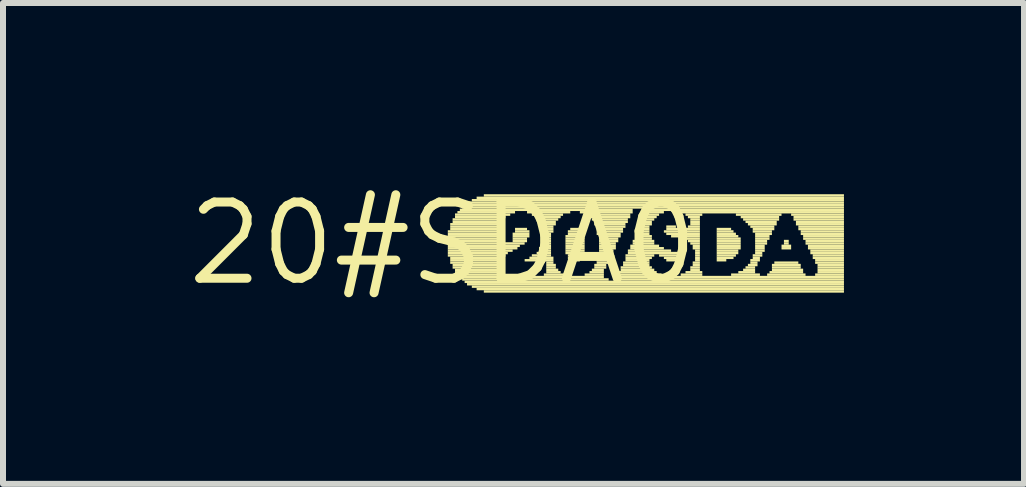
<source format=kicad_pcb>
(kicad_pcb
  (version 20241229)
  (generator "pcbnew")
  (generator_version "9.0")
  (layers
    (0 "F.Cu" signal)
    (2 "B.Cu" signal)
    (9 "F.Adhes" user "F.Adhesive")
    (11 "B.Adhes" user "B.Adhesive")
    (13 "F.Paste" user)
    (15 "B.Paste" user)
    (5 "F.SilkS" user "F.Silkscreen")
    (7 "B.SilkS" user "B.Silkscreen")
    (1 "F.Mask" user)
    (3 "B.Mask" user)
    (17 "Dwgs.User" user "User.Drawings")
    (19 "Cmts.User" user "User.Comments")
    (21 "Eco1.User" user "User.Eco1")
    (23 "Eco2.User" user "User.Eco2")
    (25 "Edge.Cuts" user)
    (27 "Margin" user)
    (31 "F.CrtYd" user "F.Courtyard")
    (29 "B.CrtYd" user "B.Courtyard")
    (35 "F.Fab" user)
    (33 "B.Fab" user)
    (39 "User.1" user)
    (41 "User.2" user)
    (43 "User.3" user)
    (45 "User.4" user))
  (footprint "20#SDA0"
    (layer "F.Cu")
    (at 4.331 1.006)
    (property "Reference" "20#SDA0" (at 0 0 0) (layer "F.SilkS") (effects (font (size 1.27 1.27) (thickness 0.15))))
    (fp_poly (pts (xy 0.08 -0.18) (xy 0.92 -0.18) (xy 0.92 -0.22) (xy 0.08 -0.22)) (stroke (width 0) (type default)) (fill yes) (layer "F.SilkS"))
    (fp_poly (pts (xy 0.08 -0.14) (xy 0.92 -0.14) (xy 0.92 -0.18) (xy 0.08 -0.18)) (stroke (width 0) (type default)) (fill yes) (layer "F.SilkS"))
    (fp_poly (pts (xy 0.08 -0.1) (xy 0.92 -0.1) (xy 0.92 -0.14) (xy 0.08 -0.14)) (stroke (width 0) (type default)) (fill yes) (layer "F.SilkS"))
    (fp_poly (pts (xy 0.08 -0.06) (xy 0.92 -0.06) (xy 0.92 -0.1) (xy 0.08 -0.1)) (stroke (width 0) (type default)) (fill yes) (layer "F.SilkS"))
    (fp_poly (pts (xy 0.08 -0.02) (xy 0.96 -0.02) (xy 0.96 -0.06) (xy 0.08 -0.06)) (stroke (width 0) (type default)) (fill yes) (layer "F.SilkS"))
    (fp_poly (pts (xy 0.08 0.02) (xy 1.36 0.02) (xy 1.36 -0.02) (xy 0.08 -0.02)) (stroke (width 0) (type default)) (fill yes) (layer "F.SilkS"))
    (fp_poly (pts (xy 0.08 0.06) (xy 1.28 0.06) (xy 1.28 0.02) (xy 0.08 0.02)) (stroke (width 0) (type default)) (fill yes) (layer "F.SilkS"))
    (fp_poly (pts (xy 0.08 0.1) (xy 1.24 0.1) (xy 1.24 0.06) (xy 0.08 0.06)) (stroke (width 0) (type default)) (fill yes) (layer "F.SilkS"))
    (fp_poly (pts (xy 0.08 0.14) (xy 1.16 0.14) (xy 1.16 0.1) (xy 0.08 0.1)) (stroke (width 0) (type default)) (fill yes) (layer "F.SilkS"))
    (fp_poly (pts (xy 0.08 0.18) (xy 1.08 0.18) (xy 1.08 0.14) (xy 0.08 0.14)) (stroke (width 0) (type default)) (fill yes) (layer "F.SilkS"))
    (fp_poly (pts (xy 0.08 0.22) (xy 1.04 0.22) (xy 1.04 0.18) (xy 0.08 0.18)) (stroke (width 0) (type default)) (fill yes) (layer "F.SilkS"))
    (fp_poly (pts (xy 0.12 -0.3) (xy 0.96 -0.3) (xy 0.96 -0.34) (xy 0.12 -0.34)) (stroke (width 0) (type default)) (fill yes) (layer "F.SilkS"))
    (fp_poly (pts (xy 0.12 -0.26) (xy 0.96 -0.26) (xy 0.96 -0.3) (xy 0.12 -0.3)) (stroke (width 0) (type default)) (fill yes) (layer "F.SilkS"))
    (fp_poly (pts (xy 0.12 -0.22) (xy 0.92 -0.22) (xy 0.92 -0.26) (xy 0.12 -0.26)) (stroke (width 0) (type default)) (fill yes) (layer "F.SilkS"))
    (fp_poly (pts (xy 0.12 0.26) (xy 1 0.26) (xy 1 0.22) (xy 0.12 0.22)) (stroke (width 0) (type default)) (fill yes) (layer "F.SilkS"))
    (fp_poly (pts (xy 0.12 0.3) (xy 0.96 0.3) (xy 0.96 0.26) (xy 0.12 0.26)) (stroke (width 0) (type default)) (fill yes) (layer "F.SilkS"))
    (fp_poly (pts (xy 0.12 0.34) (xy 0.96 0.34) (xy 0.96 0.3) (xy 0.12 0.3)) (stroke (width 0) (type default)) (fill yes) (layer "F.SilkS"))
    (fp_poly (pts (xy 0.16 -0.38) (xy 1 -0.38) (xy 1 -0.42) (xy 0.16 -0.42)) (stroke (width 0) (type default)) (fill yes) (layer "F.SilkS"))
    (fp_poly (pts (xy 0.16 -0.34) (xy 1 -0.34) (xy 1 -0.38) (xy 0.16 -0.38)) (stroke (width 0) (type default)) (fill yes) (layer "F.SilkS"))
    (fp_poly (pts (xy 0.16 0.38) (xy 0.92 0.38) (xy 0.92 0.34) (xy 0.16 0.34)) (stroke (width 0) (type default)) (fill yes) (layer "F.SilkS"))
    (fp_poly (pts (xy 0.16 0.42) (xy 0.92 0.42) (xy 0.92 0.38) (xy 0.16 0.38)) (stroke (width 0) (type default)) (fill yes) (layer "F.SilkS"))
    (fp_poly (pts (xy 0.2 -0.46) (xy 1.12 -0.46) (xy 1.12 -0.5) (xy 0.2 -0.5)) (stroke (width 0) (type default)) (fill yes) (layer "F.SilkS"))
    (fp_poly (pts (xy 0.2 -0.42) (xy 1.04 -0.42) (xy 1.04 -0.46) (xy 0.2 -0.46)) (stroke (width 0) (type default)) (fill yes) (layer "F.SilkS"))
    (fp_poly (pts (xy 0.2 0.46) (xy 0.92 0.46) (xy 0.92 0.42) (xy 0.2 0.42)) (stroke (width 0) (type default)) (fill yes) (layer "F.SilkS"))
    (fp_poly (pts (xy 0.2 0.5) (xy 0.92 0.5) (xy 0.92 0.46) (xy 0.2 0.46)) (stroke (width 0) (type default)) (fill yes) (layer "F.SilkS"))
    (fp_poly (pts (xy 0.24 -0.5) (xy 1.2 -0.5) (xy 1.2 -0.54) (xy 0.24 -0.54)) (stroke (width 0) (type default)) (fill yes) (layer "F.SilkS"))
    (fp_poly (pts (xy 0.24 0.54) (xy 0.96 0.54) (xy 0.96 0.5) (xy 0.24 0.5)) (stroke (width 0) (type default)) (fill yes) (layer "F.SilkS"))
    (fp_poly (pts (xy 0.28 -0.54) (xy 3.16 -0.54) (xy 3.16 -0.58) (xy 0.28 -0.58)) (stroke (width 0) (type default)) (fill yes) (layer "F.SilkS"))
    (fp_poly (pts (xy 0.28 0.58) (xy 2.68 0.58) (xy 2.68 0.54) (xy 0.28 0.54)) (stroke (width 0) (type default)) (fill yes) (layer "F.SilkS"))
    (fp_poly (pts (xy 0.32 -0.58) (xy 6.68 -0.58) (xy 6.68 -0.62) (xy 0.32 -0.62)) (stroke (width 0) (type default)) (fill yes) (layer "F.SilkS"))
    (fp_poly (pts (xy 0.32 0.62) (xy 2.76 0.62) (xy 2.76 0.58) (xy 0.32 0.58)) (stroke (width 0) (type default)) (fill yes) (layer "F.SilkS"))
    (fp_poly (pts (xy 0.36 -0.62) (xy 6.68 -0.62) (xy 6.68 -0.66) (xy 0.36 -0.66)) (stroke (width 0) (type default)) (fill yes) (layer "F.SilkS"))
    (fp_poly (pts (xy 0.36 0.66) (xy 6.68 0.66) (xy 6.68 0.62) (xy 0.36 0.62)) (stroke (width 0) (type default)) (fill yes) (layer "F.SilkS"))
    (fp_poly (pts (xy 0.4 -0.66) (xy 6.68 -0.66) (xy 6.68 -0.7) (xy 0.4 -0.7)) (stroke (width 0) (type default)) (fill yes) (layer "F.SilkS"))
    (fp_poly (pts (xy 0.4 0.7) (xy 6.68 0.7) (xy 6.68 0.66) (xy 0.4 0.66)) (stroke (width 0) (type default)) (fill yes) (layer "F.SilkS"))
    (fp_poly (pts (xy 0.48 -0.7) (xy 6.68 -0.7) (xy 6.68 -0.74) (xy 0.48 -0.74)) (stroke (width 0) (type default)) (fill yes) (layer "F.SilkS"))
    (fp_poly (pts (xy 0.48 0.74) (xy 6.68 0.74) (xy 6.68 0.7) (xy 0.48 0.7)) (stroke (width 0) (type default)) (fill yes) (layer "F.SilkS"))
    (fp_poly (pts (xy 0.56 -0.74) (xy 6.68 -0.74) (xy 6.68 -0.78) (xy 0.56 -0.78)) (stroke (width 0) (type default)) (fill yes) (layer "F.SilkS"))
    (fp_poly (pts (xy 0.56 0.78) (xy 6.68 0.78) (xy 6.68 0.74) (xy 0.56 0.74)) (stroke (width 0) (type default)) (fill yes) (layer "F.SilkS"))
    (fp_poly (pts (xy 0.68 -0.78) (xy 6.68 -0.78) (xy 6.68 -0.82) (xy 0.68 -0.82)) (stroke (width 0) (type default)) (fill yes) (layer "F.SilkS"))
    (fp_poly (pts (xy 0.68 0.82) (xy 6.68 0.82) (xy 6.68 0.78) (xy 0.68 0.78)) (stroke (width 0) (type default)) (fill yes) (layer "F.SilkS"))
    (fp_poly (pts (xy 1.16 -0.14) (xy 1.44 -0.14) (xy 1.44 -0.18) (xy 1.16 -0.18)) (stroke (width 0) (type default)) (fill yes) (layer "F.SilkS"))
    (fp_poly (pts (xy 1.16 -0.1) (xy 1.44 -0.1) (xy 1.44 -0.14) (xy 1.16 -0.14)) (stroke (width 0) (type default)) (fill yes) (layer "F.SilkS"))
    (fp_poly (pts (xy 1.16 -0.06) (xy 1.4 -0.06) (xy 1.4 -0.1) (xy 1.16 -0.1)) (stroke (width 0) (type default)) (fill yes) (layer "F.SilkS"))
    (fp_poly (pts (xy 1.16 -0.02) (xy 1.4 -0.02) (xy 1.4 -0.06) (xy 1.16 -0.06)) (stroke (width 0) (type default)) (fill yes) (layer "F.SilkS"))
    (fp_poly (pts (xy 1.2 -0.22) (xy 1.4 -0.22) (xy 1.4 -0.26) (xy 1.2 -0.26)) (stroke (width 0) (type default)) (fill yes) (layer "F.SilkS"))
    (fp_poly (pts (xy 1.2 -0.18) (xy 1.44 -0.18) (xy 1.44 -0.22) (xy 1.2 -0.22)) (stroke (width 0) (type default)) (fill yes) (layer "F.SilkS"))
    (fp_poly (pts (xy 1.36 0.3) (xy 1.84 0.3) (xy 1.84 0.26) (xy 1.36 0.26)) (stroke (width 0) (type default)) (fill yes) (layer "F.SilkS"))
    (fp_poly (pts (xy 1.4 -0.5) (xy 2.12 -0.5) (xy 2.12 -0.54) (xy 1.4 -0.54)) (stroke (width 0) (type default)) (fill yes) (layer "F.SilkS"))
    (fp_poly (pts (xy 1.44 0.26) (xy 1.84 0.26) (xy 1.84 0.22) (xy 1.44 0.22)) (stroke (width 0) (type default)) (fill yes) (layer "F.SilkS"))
    (fp_poly (pts (xy 1.48 -0.46) (xy 2 -0.46) (xy 2 -0.5) (xy 1.48 -0.5)) (stroke (width 0) (type default)) (fill yes) (layer "F.SilkS"))
    (fp_poly (pts (xy 1.48 0.22) (xy 1.8 0.22) (xy 1.8 0.18) (xy 1.48 0.18)) (stroke (width 0) (type default)) (fill yes) (layer "F.SilkS"))
    (fp_poly (pts (xy 1.56 -0.42) (xy 1.96 -0.42) (xy 1.96 -0.46) (xy 1.56 -0.46)) (stroke (width 0) (type default)) (fill yes) (layer "F.SilkS"))
    (fp_poly (pts (xy 1.56 0.18) (xy 1.8 0.18) (xy 1.8 0.14) (xy 1.56 0.14)) (stroke (width 0) (type default)) (fill yes) (layer "F.SilkS"))
    (fp_poly (pts (xy 1.6 -0.38) (xy 1.92 -0.38) (xy 1.92 -0.42) (xy 1.6 -0.42)) (stroke (width 0) (type default)) (fill yes) (layer "F.SilkS"))
    (fp_poly (pts (xy 1.6 0.1) (xy 1.8 0.1) (xy 1.8 0.06) (xy 1.6 0.06)) (stroke (width 0) (type default)) (fill yes) (layer "F.SilkS"))
    (fp_poly (pts (xy 1.6 0.14) (xy 1.8 0.14) (xy 1.8 0.1) (xy 1.6 0.1)) (stroke (width 0) (type default)) (fill yes) (layer "F.SilkS"))
    (fp_poly (pts (xy 1.64 -0.34) (xy 1.88 -0.34) (xy 1.88 -0.38) (xy 1.64 -0.38)) (stroke (width 0) (type default)) (fill yes) (layer "F.SilkS"))
    (fp_poly (pts (xy 1.64 -0.3) (xy 1.88 -0.3) (xy 1.88 -0.34) (xy 1.64 -0.34)) (stroke (width 0) (type default)) (fill yes) (layer "F.SilkS"))
    (fp_poly (pts (xy 1.64 0.06) (xy 1.8 0.06) (xy 1.8 0.02) (xy 1.64 0.02)) (stroke (width 0) (type default)) (fill yes) (layer "F.SilkS"))
    (fp_poly (pts (xy 1.68 -0.26) (xy 1.84 -0.26) (xy 1.84 -0.3) (xy 1.68 -0.3)) (stroke (width 0) (type default)) (fill yes) (layer "F.SilkS"))
    (fp_poly (pts (xy 1.68 -0.22) (xy 1.84 -0.22) (xy 1.84 -0.26) (xy 1.68 -0.26)) (stroke (width 0) (type default)) (fill yes) (layer "F.SilkS"))
    (fp_poly (pts (xy 1.68 -0.18) (xy 1.84 -0.18) (xy 1.84 -0.22) (xy 1.68 -0.22)) (stroke (width 0) (type default)) (fill yes) (layer "F.SilkS"))
    (fp_poly (pts (xy 1.68 -0.14) (xy 1.8 -0.14) (xy 1.8 -0.18) (xy 1.68 -0.18)) (stroke (width 0) (type default)) (fill yes) (layer "F.SilkS"))
    (fp_poly (pts (xy 1.68 -0.1) (xy 1.8 -0.1) (xy 1.8 -0.14) (xy 1.68 -0.14)) (stroke (width 0) (type default)) (fill yes) (layer "F.SilkS"))
    (fp_poly (pts (xy 1.68 -0.06) (xy 1.8 -0.06) (xy 1.8 -0.1) (xy 1.68 -0.1)) (stroke (width 0) (type default)) (fill yes) (layer "F.SilkS"))
    (fp_poly (pts (xy 1.68 -0.02) (xy 1.8 -0.02) (xy 1.8 -0.06) (xy 1.68 -0.06)) (stroke (width 0) (type default)) (fill yes) (layer "F.SilkS"))
    (fp_poly (pts (xy 1.68 0.02) (xy 1.8 0.02) (xy 1.8 -0.02) (xy 1.68 -0.02)) (stroke (width 0) (type default)) (fill yes) (layer "F.SilkS"))
    (fp_poly (pts (xy 1.68 0.54) (xy 2.04 0.54) (xy 2.04 0.5) (xy 1.68 0.5)) (stroke (width 0) (type default)) (fill yes) (layer "F.SilkS"))
    (fp_poly (pts (xy 1.72 0.34) (xy 1.84 0.34) (xy 1.84 0.3) (xy 1.72 0.3)) (stroke (width 0) (type default)) (fill yes) (layer "F.SilkS"))
    (fp_poly (pts (xy 1.72 0.38) (xy 1.88 0.38) (xy 1.88 0.34) (xy 1.72 0.34)) (stroke (width 0) (type default)) (fill yes) (layer "F.SilkS"))
    (fp_poly (pts (xy 1.72 0.42) (xy 1.88 0.42) (xy 1.88 0.38) (xy 1.72 0.38)) (stroke (width 0) (type default)) (fill yes) (layer "F.SilkS"))
    (fp_poly (pts (xy 1.72 0.46) (xy 1.92 0.46) (xy 1.92 0.42) (xy 1.72 0.42)) (stroke (width 0) (type default)) (fill yes) (layer "F.SilkS"))
    (fp_poly (pts (xy 1.72 0.5) (xy 1.96 0.5) (xy 1.96 0.46) (xy 1.72 0.46)) (stroke (width 0) (type default)) (fill yes) (layer "F.SilkS"))
    (fp_poly (pts (xy 2.04 -0.1) (xy 2.32 -0.1) (xy 2.32 -0.14) (xy 2.04 -0.14)) (stroke (width 0) (type default)) (fill yes) (layer "F.SilkS"))
    (fp_poly (pts (xy 2.04 -0.06) (xy 2.36 -0.06) (xy 2.36 -0.1) (xy 2.04 -0.1)) (stroke (width 0) (type default)) (fill yes) (layer "F.SilkS"))
    (fp_poly (pts (xy 2.04 -0.02) (xy 2.36 -0.02) (xy 2.36 -0.06) (xy 2.04 -0.06)) (stroke (width 0) (type default)) (fill yes) (layer "F.SilkS"))
    (fp_poly (pts (xy 2.04 0.02) (xy 2.36 0.02) (xy 2.36 -0.02) (xy 2.04 -0.02)) (stroke (width 0) (type default)) (fill yes) (layer "F.SilkS"))
    (fp_poly (pts (xy 2.04 0.06) (xy 2.36 0.06) (xy 2.36 0.02) (xy 2.04 0.02)) (stroke (width 0) (type default)) (fill yes) (layer "F.SilkS"))
    (fp_poly (pts (xy 2.04 0.1) (xy 2.36 0.1) (xy 2.36 0.06) (xy 2.04 0.06)) (stroke (width 0) (type default)) (fill yes) (layer "F.SilkS"))
    (fp_poly (pts (xy 2.04 0.14) (xy 2.36 0.14) (xy 2.36 0.1) (xy 2.04 0.1)) (stroke (width 0) (type default)) (fill yes) (layer "F.SilkS"))
    (fp_poly (pts (xy 2.04 0.18) (xy 2.32 0.18) (xy 2.32 0.14) (xy 2.04 0.14)) (stroke (width 0) (type default)) (fill yes) (layer "F.SilkS"))
    (fp_poly (pts (xy 2.08 -0.18) (xy 2.32 -0.18) (xy 2.32 -0.22) (xy 2.08 -0.22)) (stroke (width 0) (type default)) (fill yes) (layer "F.SilkS"))
    (fp_poly (pts (xy 2.08 -0.14) (xy 2.32 -0.14) (xy 2.32 -0.18) (xy 2.08 -0.18)) (stroke (width 0) (type default)) (fill yes) (layer "F.SilkS"))
    (fp_poly (pts (xy 2.08 0.22) (xy 2.32 0.22) (xy 2.32 0.18) (xy 2.08 0.18)) (stroke (width 0) (type default)) (fill yes) (layer "F.SilkS"))
    (fp_poly (pts (xy 2.08 0.26) (xy 2.32 0.26) (xy 2.32 0.22) (xy 2.08 0.22)) (stroke (width 0) (type default)) (fill yes) (layer "F.SilkS"))
    (fp_poly (pts (xy 2.12 -0.22) (xy 2.28 -0.22) (xy 2.28 -0.26) (xy 2.12 -0.26)) (stroke (width 0) (type default)) (fill yes) (layer "F.SilkS"))
    (fp_poly (pts (xy 2.12 0.3) (xy 2.28 0.3) (xy 2.28 0.26) (xy 2.12 0.26)) (stroke (width 0) (type default)) (fill yes) (layer "F.SilkS"))
    (fp_poly (pts (xy 2.28 -0.5) (xy 3.16 -0.5) (xy 3.16 -0.54) (xy 2.28 -0.54)) (stroke (width 0) (type default)) (fill yes) (layer "F.SilkS"))
    (fp_poly (pts (xy 2.36 0.54) (xy 2.68 0.54) (xy 2.68 0.5) (xy 2.36 0.5)) (stroke (width 0) (type default)) (fill yes) (layer "F.SilkS"))
    (fp_poly (pts (xy 2.4 -0.46) (xy 3.12 -0.46) (xy 3.12 -0.5) (xy 2.4 -0.5)) (stroke (width 0) (type default)) (fill yes) (layer "F.SilkS"))
    (fp_poly (pts (xy 2.44 -0.42) (xy 3.12 -0.42) (xy 3.12 -0.46) (xy 2.44 -0.46)) (stroke (width 0) (type default)) (fill yes) (layer "F.SilkS"))
    (fp_poly (pts (xy 2.44 0.5) (xy 2.68 0.5) (xy 2.68 0.46) (xy 2.44 0.46)) (stroke (width 0) (type default)) (fill yes) (layer "F.SilkS"))
    (fp_poly (pts (xy 2.48 -0.38) (xy 3.08 -0.38) (xy 3.08 -0.42) (xy 2.48 -0.42)) (stroke (width 0) (type default)) (fill yes) (layer "F.SilkS"))
    (fp_poly (pts (xy 2.48 0.46) (xy 2.68 0.46) (xy 2.68 0.42) (xy 2.48 0.42)) (stroke (width 0) (type default)) (fill yes) (layer "F.SilkS"))
    (fp_poly (pts (xy 2.52 -0.34) (xy 3.08 -0.34) (xy 3.08 -0.38) (xy 2.52 -0.38)) (stroke (width 0) (type default)) (fill yes) (layer "F.SilkS"))
    (fp_poly (pts (xy 2.52 -0.3) (xy 3.04 -0.3) (xy 3.04 -0.34) (xy 2.52 -0.34)) (stroke (width 0) (type default)) (fill yes) (layer "F.SilkS"))
    (fp_poly (pts (xy 2.52 0.38) (xy 2.72 0.38) (xy 2.72 0.34) (xy 2.52 0.34)) (stroke (width 0) (type default)) (fill yes) (layer "F.SilkS"))
    (fp_poly (pts (xy 2.52 0.42) (xy 2.72 0.42) (xy 2.72 0.38) (xy 2.52 0.38)) (stroke (width 0) (type default)) (fill yes) (layer "F.SilkS"))
    (fp_poly (pts (xy 2.56 -0.26) (xy 3.04 -0.26) (xy 3.04 -0.3) (xy 2.56 -0.3)) (stroke (width 0) (type default)) (fill yes) (layer "F.SilkS"))
    (fp_poly (pts (xy 2.56 -0.22) (xy 3 -0.22) (xy 3 -0.26) (xy 2.56 -0.26)) (stroke (width 0) (type default)) (fill yes) (layer "F.SilkS"))
    (fp_poly (pts (xy 2.56 -0.18) (xy 3 -0.18) (xy 3 -0.22) (xy 2.56 -0.22)) (stroke (width 0) (type default)) (fill yes) (layer "F.SilkS"))
    (fp_poly (pts (xy 2.56 -0.14) (xy 2.96 -0.14) (xy 2.96 -0.18) (xy 2.56 -0.18)) (stroke (width 0) (type default)) (fill yes) (layer "F.SilkS"))
    (fp_poly (pts (xy 2.56 0.22) (xy 2.8 0.22) (xy 2.8 0.18) (xy 2.56 0.18)) (stroke (width 0) (type default)) (fill yes) (layer "F.SilkS"))
    (fp_poly (pts (xy 2.56 0.26) (xy 2.8 0.26) (xy 2.8 0.22) (xy 2.56 0.22)) (stroke (width 0) (type default)) (fill yes) (layer "F.SilkS"))
    (fp_poly (pts (xy 2.56 0.3) (xy 2.76 0.3) (xy 2.76 0.26) (xy 2.56 0.26)) (stroke (width 0) (type default)) (fill yes) (layer "F.SilkS"))
    (fp_poly (pts (xy 2.56 0.34) (xy 2.76 0.34) (xy 2.76 0.3) (xy 2.56 0.3)) (stroke (width 0) (type default)) (fill yes) (layer "F.SilkS"))
    (fp_poly (pts (xy 2.6 -0.1) (xy 2.96 -0.1) (xy 2.96 -0.14) (xy 2.6 -0.14)) (stroke (width 0) (type default)) (fill yes) (layer "F.SilkS"))
    (fp_poly (pts (xy 2.6 -0.06) (xy 2.92 -0.06) (xy 2.92 -0.1) (xy 2.6 -0.1)) (stroke (width 0) (type default)) (fill yes) (layer "F.SilkS"))
    (fp_poly (pts (xy 2.6 -0.02) (xy 2.92 -0.02) (xy 2.92 -0.06) (xy 2.6 -0.06)) (stroke (width 0) (type default)) (fill yes) (layer "F.SilkS"))
    (fp_poly (pts (xy 2.6 0.02) (xy 2.88 0.02) (xy 2.88 -0.02) (xy 2.6 -0.02)) (stroke (width 0) (type default)) (fill yes) (layer "F.SilkS"))
    (fp_poly (pts (xy 2.6 0.06) (xy 2.88 0.06) (xy 2.88 0.02) (xy 2.6 0.02)) (stroke (width 0) (type default)) (fill yes) (layer "F.SilkS"))
    (fp_poly (pts (xy 2.6 0.1) (xy 2.88 0.1) (xy 2.88 0.06) (xy 2.6 0.06)) (stroke (width 0) (type default)) (fill yes) (layer "F.SilkS"))
    (fp_poly (pts (xy 2.6 0.14) (xy 2.84 0.14) (xy 2.84 0.1) (xy 2.6 0.1)) (stroke (width 0) (type default)) (fill yes) (layer "F.SilkS"))
    (fp_poly (pts (xy 2.6 0.18) (xy 2.84 0.18) (xy 2.84 0.14) (xy 2.6 0.14)) (stroke (width 0) (type default)) (fill yes) (layer "F.SilkS"))
    (fp_poly (pts (xy 2.88 0.58) (xy 6.68 0.58) (xy 6.68 0.54) (xy 2.88 0.54)) (stroke (width 0) (type default)) (fill yes) (layer "F.SilkS"))
    (fp_poly (pts (xy 2.88 0.62) (xy 6.68 0.62) (xy 6.68 0.58) (xy 2.88 0.58)) (stroke (width 0) (type default)) (fill yes) (layer "F.SilkS"))
    (fp_poly (pts (xy 2.92 0.5) (xy 3.56 0.5) (xy 3.56 0.46) (xy 2.92 0.46)) (stroke (width 0) (type default)) (fill yes) (layer "F.SilkS"))
    (fp_poly (pts (xy 2.92 0.54) (xy 3.64 0.54) (xy 3.64 0.5) (xy 2.92 0.5)) (stroke (width 0) (type default)) (fill yes) (layer "F.SilkS"))
    (fp_poly (pts (xy 2.96 0.42) (xy 3.48 0.42) (xy 3.48 0.38) (xy 2.96 0.38)) (stroke (width 0) (type default)) (fill yes) (layer "F.SilkS"))
    (fp_poly (pts (xy 2.96 0.46) (xy 3.52 0.46) (xy 3.52 0.42) (xy 2.96 0.42)) (stroke (width 0) (type default)) (fill yes) (layer "F.SilkS"))
    (fp_poly (pts (xy 3 0.34) (xy 3.44 0.34) (xy 3.44 0.3) (xy 3 0.3)) (stroke (width 0) (type default)) (fill yes) (layer "F.SilkS"))
    (fp_poly (pts (xy 3 0.38) (xy 3.44 0.38) (xy 3.44 0.34) (xy 3 0.34)) (stroke (width 0) (type default)) (fill yes) (layer "F.SilkS"))
    (fp_poly (pts (xy 3.04 0.22) (xy 3.52 0.22) (xy 3.52 0.18) (xy 3.04 0.18)) (stroke (width 0) (type default)) (fill yes) (layer "F.SilkS"))
    (fp_poly (pts (xy 3.04 0.26) (xy 3.48 0.26) (xy 3.48 0.22) (xy 3.04 0.22)) (stroke (width 0) (type default)) (fill yes) (layer "F.SilkS"))
    (fp_poly (pts (xy 3.04 0.3) (xy 3.44 0.3) (xy 3.44 0.26) (xy 3.04 0.26)) (stroke (width 0) (type default)) (fill yes) (layer "F.SilkS"))
    (fp_poly (pts (xy 3.08 0.14) (xy 3.8 0.14) (xy 3.8 0.1) (xy 3.08 0.1)) (stroke (width 0) (type default)) (fill yes) (layer "F.SilkS"))
    (fp_poly (pts (xy 3.08 0.18) (xy 3.92 0.18) (xy 3.92 0.14) (xy 3.08 0.14)) (stroke (width 0) (type default)) (fill yes) (layer "F.SilkS"))
    (fp_poly (pts (xy 3.12 0.06) (xy 3.6 0.06) (xy 3.6 0.02) (xy 3.12 0.02)) (stroke (width 0) (type default)) (fill yes) (layer "F.SilkS"))
    (fp_poly (pts (xy 3.12 0.1) (xy 3.68 0.1) (xy 3.68 0.06) (xy 3.12 0.06)) (stroke (width 0) (type default)) (fill yes) (layer "F.SilkS"))
    (fp_poly (pts (xy 3.16 -0.02) (xy 3.52 -0.02) (xy 3.52 -0.06) (xy 3.16 -0.06)) (stroke (width 0) (type default)) (fill yes) (layer "F.SilkS"))
    (fp_poly (pts (xy 3.16 0.02) (xy 3.52 0.02) (xy 3.52 -0.02) (xy 3.16 -0.02)) (stroke (width 0) (type default)) (fill yes) (layer "F.SilkS"))
    (fp_poly (pts (xy 3.2 -0.1) (xy 3.48 -0.1) (xy 3.48 -0.14) (xy 3.2 -0.14)) (stroke (width 0) (type default)) (fill yes) (layer "F.SilkS"))
    (fp_poly (pts (xy 3.2 -0.06) (xy 3.48 -0.06) (xy 3.48 -0.1) (xy 3.2 -0.1)) (stroke (width 0) (type default)) (fill yes) (layer "F.SilkS"))
    (fp_poly (pts (xy 3.24 -0.18) (xy 3.44 -0.18) (xy 3.44 -0.22) (xy 3.24 -0.22)) (stroke (width 0) (type default)) (fill yes) (layer "F.SilkS"))
    (fp_poly (pts (xy 3.24 -0.14) (xy 3.44 -0.14) (xy 3.44 -0.18) (xy 3.24 -0.18)) (stroke (width 0) (type default)) (fill yes) (layer "F.SilkS"))
    (fp_poly (pts (xy 3.28 -0.26) (xy 3.44 -0.26) (xy 3.44 -0.3) (xy 3.28 -0.3)) (stroke (width 0) (type default)) (fill yes) (layer "F.SilkS"))
    (fp_poly (pts (xy 3.28 -0.22) (xy 3.44 -0.22) (xy 3.44 -0.26) (xy 3.28 -0.26)) (stroke (width 0) (type default)) (fill yes) (layer "F.SilkS"))
    (fp_poly (pts (xy 3.32 -0.54) (xy 6.68 -0.54) (xy 6.68 -0.58) (xy 3.32 -0.58)) (stroke (width 0) (type default)) (fill yes) (layer "F.SilkS"))
    (fp_poly (pts (xy 3.32 -0.34) (xy 3.48 -0.34) (xy 3.48 -0.38) (xy 3.32 -0.38)) (stroke (width 0) (type default)) (fill yes) (layer "F.SilkS"))
    (fp_poly (pts (xy 3.32 -0.3) (xy 3.48 -0.3) (xy 3.48 -0.34) (xy 3.32 -0.34)) (stroke (width 0) (type default)) (fill yes) (layer "F.SilkS"))
    (fp_poly (pts (xy 3.36 -0.5) (xy 3.68 -0.5) (xy 3.68 -0.54) (xy 3.36 -0.54)) (stroke (width 0) (type default)) (fill yes) (layer "F.SilkS"))
    (fp_poly (pts (xy 3.36 -0.46) (xy 3.6 -0.46) (xy 3.6 -0.5) (xy 3.36 -0.5)) (stroke (width 0) (type default)) (fill yes) (layer "F.SilkS"))
    (fp_poly (pts (xy 3.36 -0.42) (xy 3.56 -0.42) (xy 3.56 -0.46) (xy 3.36 -0.46)) (stroke (width 0) (type default)) (fill yes) (layer "F.SilkS"))
    (fp_poly (pts (xy 3.36 -0.38) (xy 3.52 -0.38) (xy 3.52 -0.42) (xy 3.36 -0.42)) (stroke (width 0) (type default)) (fill yes) (layer "F.SilkS"))
    (fp_poly (pts (xy 3.6 0.22) (xy 3.96 0.22) (xy 3.96 0.18) (xy 3.6 0.18)) (stroke (width 0) (type default)) (fill yes) (layer "F.SilkS"))
    (fp_poly (pts (xy 3.68 -0.18) (xy 4.28 -0.18) (xy 4.28 -0.22) (xy 3.68 -0.22)) (stroke (width 0) (type default)) (fill yes) (layer "F.SilkS"))
    (fp_poly (pts (xy 3.68 0.26) (xy 3.96 0.26) (xy 3.96 0.22) (xy 3.68 0.22)) (stroke (width 0) (type default)) (fill yes) (layer "F.SilkS"))
    (fp_poly (pts (xy 3.72 -0.26) (xy 3.88 -0.26) (xy 3.88 -0.3) (xy 3.72 -0.3)) (stroke (width 0) (type default)) (fill yes) (layer "F.SilkS"))
    (fp_poly (pts (xy 3.72 -0.22) (xy 3.92 -0.22) (xy 3.92 -0.26) (xy 3.72 -0.26)) (stroke (width 0) (type default)) (fill yes) (layer "F.SilkS"))
    (fp_poly (pts (xy 3.72 -0.14) (xy 4.28 -0.14) (xy 4.28 -0.18) (xy 3.72 -0.18)) (stroke (width 0) (type default)) (fill yes) (layer "F.SilkS"))
    (fp_poly (pts (xy 3.72 0.3) (xy 3.92 0.3) (xy 3.92 0.26) (xy 3.72 0.26)) (stroke (width 0) (type default)) (fill yes) (layer "F.SilkS"))
    (fp_poly (pts (xy 3.8 -0.1) (xy 4.28 -0.1) (xy 4.28 -0.14) (xy 3.8 -0.14)) (stroke (width 0) (type default)) (fill yes) (layer "F.SilkS"))
    (fp_poly (pts (xy 3.92 -0.5) (xy 6.68 -0.5) (xy 6.68 -0.54) (xy 3.92 -0.54)) (stroke (width 0) (type default)) (fill yes) (layer "F.SilkS"))
    (fp_poly (pts (xy 3.96 -0.06) (xy 4.28 -0.06) (xy 4.28 -0.1) (xy 3.96 -0.1)) (stroke (width 0) (type default)) (fill yes) (layer "F.SilkS"))
    (fp_poly (pts (xy 3.96 0.54) (xy 4.32 0.54) (xy 4.32 0.5) (xy 3.96 0.5)) (stroke (width 0) (type default)) (fill yes) (layer "F.SilkS"))
    (fp_poly (pts (xy 4.04 -0.46) (xy 4.32 -0.46) (xy 4.32 -0.5) (xy 4.04 -0.5)) (stroke (width 0) (type default)) (fill yes) (layer "F.SilkS"))
    (fp_poly (pts (xy 4.04 -0.22) (xy 4.28 -0.22) (xy 4.28 -0.26) (xy 4.04 -0.26)) (stroke (width 0) (type default)) (fill yes) (layer "F.SilkS"))
    (fp_poly (pts (xy 4.04 0.5) (xy 4.32 0.5) (xy 4.32 0.46) (xy 4.04 0.46)) (stroke (width 0) (type default)) (fill yes) (layer "F.SilkS"))
    (fp_poly (pts (xy 4.08 -0.42) (xy 4.28 -0.42) (xy 4.28 -0.46) (xy 4.08 -0.46)) (stroke (width 0) (type default)) (fill yes) (layer "F.SilkS"))
    (fp_poly (pts (xy 4.08 -0.26) (xy 4.28 -0.26) (xy 4.28 -0.3) (xy 4.08 -0.3)) (stroke (width 0) (type default)) (fill yes) (layer "F.SilkS"))
    (fp_poly (pts (xy 4.08 -0.02) (xy 4.28 -0.02) (xy 4.28 -0.06) (xy 4.08 -0.06)) (stroke (width 0) (type default)) (fill yes) (layer "F.SilkS"))
    (fp_poly (pts (xy 4.12 -0.38) (xy 4.28 -0.38) (xy 4.28 -0.42) (xy 4.12 -0.42)) (stroke (width 0) (type default)) (fill yes) (layer "F.SilkS"))
    (fp_poly (pts (xy 4.12 -0.34) (xy 4.28 -0.34) (xy 4.28 -0.38) (xy 4.12 -0.38)) (stroke (width 0) (type default)) (fill yes) (layer "F.SilkS"))
    (fp_poly (pts (xy 4.12 -0.3) (xy 4.28 -0.3) (xy 4.28 -0.34) (xy 4.12 -0.34)) (stroke (width 0) (type default)) (fill yes) (layer "F.SilkS"))
    (fp_poly (pts (xy 4.12 0.02) (xy 4.28 0.02) (xy 4.28 -0.02) (xy 4.12 -0.02)) (stroke (width 0) (type default)) (fill yes) (layer "F.SilkS"))
    (fp_poly (pts (xy 4.12 0.42) (xy 4.28 0.42) (xy 4.28 0.38) (xy 4.12 0.38)) (stroke (width 0) (type default)) (fill yes) (layer "F.SilkS"))
    (fp_poly (pts (xy 4.12 0.46) (xy 4.28 0.46) (xy 4.28 0.42) (xy 4.12 0.42)) (stroke (width 0) (type default)) (fill yes) (layer "F.SilkS"))
    (fp_poly (pts (xy 4.16 0.06) (xy 4.28 0.06) (xy 4.28 0.02) (xy 4.16 0.02)) (stroke (width 0) (type default)) (fill yes) (layer "F.SilkS"))
    (fp_poly (pts (xy 4.16 0.1) (xy 4.28 0.1) (xy 4.28 0.06) (xy 4.16 0.06)) (stroke (width 0) (type default)) (fill yes) (layer "F.SilkS"))
    (fp_poly (pts (xy 4.16 0.34) (xy 4.28 0.34) (xy 4.28 0.3) (xy 4.16 0.3)) (stroke (width 0) (type default)) (fill yes) (layer "F.SilkS"))
    (fp_poly (pts (xy 4.16 0.38) (xy 4.28 0.38) (xy 4.28 0.34) (xy 4.16 0.34)) (stroke (width 0) (type default)) (fill yes) (layer "F.SilkS"))
    (fp_poly (pts (xy 4.2 0.14) (xy 4.28 0.14) (xy 4.28 0.1) (xy 4.2 0.1)) (stroke (width 0) (type default)) (fill yes) (layer "F.SilkS"))
    (fp_poly (pts (xy 4.2 0.18) (xy 4.28 0.18) (xy 4.28 0.14) (xy 4.2 0.14)) (stroke (width 0) (type default)) (fill yes) (layer "F.SilkS"))
    (fp_poly (pts (xy 4.2 0.22) (xy 4.28 0.22) (xy 4.28 0.18) (xy 4.2 0.18)) (stroke (width 0) (type default)) (fill yes) (layer "F.SilkS"))
    (fp_poly (pts (xy 4.2 0.26) (xy 4.28 0.26) (xy 4.28 0.22) (xy 4.2 0.22)) (stroke (width 0) (type default)) (fill yes) (layer "F.SilkS"))
    (fp_poly (pts (xy 4.2 0.3) (xy 4.28 0.3) (xy 4.28 0.26) (xy 4.2 0.26)) (stroke (width 0) (type default)) (fill yes) (layer "F.SilkS"))
    (fp_poly (pts (xy 4.56 -0.22) (xy 4.8 -0.22) (xy 4.8 -0.26) (xy 4.56 -0.26)) (stroke (width 0) (type default)) (fill yes) (layer "F.SilkS"))
    (fp_poly (pts (xy 4.56 -0.18) (xy 4.84 -0.18) (xy 4.84 -0.22) (xy 4.56 -0.22)) (stroke (width 0) (type default)) (fill yes) (layer "F.SilkS"))
    (fp_poly (pts (xy 4.56 -0.14) (xy 4.88 -0.14) (xy 4.88 -0.18) (xy 4.56 -0.18)) (stroke (width 0) (type default)) (fill yes) (layer "F.SilkS"))
    (fp_poly (pts (xy 4.56 -0.1) (xy 4.92 -0.1) (xy 4.92 -0.14) (xy 4.56 -0.14)) (stroke (width 0) (type default)) (fill yes) (layer "F.SilkS"))
    (fp_poly (pts (xy 4.56 -0.06) (xy 4.96 -0.06) (xy 4.96 -0.1) (xy 4.56 -0.1)) (stroke (width 0) (type default)) (fill yes) (layer "F.SilkS"))
    (fp_poly (pts (xy 4.56 -0.02) (xy 4.96 -0.02) (xy 4.96 -0.06) (xy 4.56 -0.06)) (stroke (width 0) (type default)) (fill yes) (layer "F.SilkS"))
    (fp_poly (pts (xy 4.56 0.02) (xy 4.96 0.02) (xy 4.96 -0.02) (xy 4.56 -0.02)) (stroke (width 0) (type default)) (fill yes) (layer "F.SilkS"))
    (fp_poly (pts (xy 4.56 0.06) (xy 4.96 0.06) (xy 4.96 0.02) (xy 4.56 0.02)) (stroke (width 0) (type default)) (fill yes) (layer "F.SilkS"))
    (fp_poly (pts (xy 4.56 0.1) (xy 4.96 0.1) (xy 4.96 0.06) (xy 4.56 0.06)) (stroke (width 0) (type default)) (fill yes) (layer "F.SilkS"))
    (fp_poly (pts (xy 4.56 0.14) (xy 4.92 0.14) (xy 4.92 0.1) (xy 4.56 0.1)) (stroke (width 0) (type default)) (fill yes) (layer "F.SilkS"))
    (fp_poly (pts (xy 4.56 0.18) (xy 4.92 0.18) (xy 4.92 0.14) (xy 4.56 0.14)) (stroke (width 0) (type default)) (fill yes) (layer "F.SilkS"))
    (fp_poly (pts (xy 4.56 0.22) (xy 4.88 0.22) (xy 4.88 0.18) (xy 4.56 0.18)) (stroke (width 0) (type default)) (fill yes) (layer "F.SilkS"))
    (fp_poly (pts (xy 4.56 0.26) (xy 4.84 0.26) (xy 4.84 0.22) (xy 4.56 0.22)) (stroke (width 0) (type default)) (fill yes) (layer "F.SilkS"))
    (fp_poly (pts (xy 4.56 0.3) (xy 4.72 0.3) (xy 4.72 0.26) (xy 4.56 0.26)) (stroke (width 0) (type default)) (fill yes) (layer "F.SilkS"))
    (fp_poly (pts (xy 4.8 0.54) (xy 5.28 0.54) (xy 5.28 0.5) (xy 4.8 0.5)) (stroke (width 0) (type default)) (fill yes) (layer "F.SilkS"))
    (fp_poly (pts (xy 4.88 -0.46) (xy 5.64 -0.46) (xy 5.64 -0.5) (xy 4.88 -0.5)) (stroke (width 0) (type default)) (fill yes) (layer "F.SilkS"))
    (fp_poly (pts (xy 4.92 0.5) (xy 5.2 0.5) (xy 5.2 0.46) (xy 4.92 0.46)) (stroke (width 0) (type default)) (fill yes) (layer "F.SilkS"))
    (fp_poly (pts (xy 4.96 -0.42) (xy 5.6 -0.42) (xy 5.6 -0.46) (xy 4.96 -0.46)) (stroke (width 0) (type default)) (fill yes) (layer "F.SilkS"))
    (fp_poly (pts (xy 5 -0.38) (xy 5.6 -0.38) (xy 5.6 -0.42) (xy 5 -0.42)) (stroke (width 0) (type default)) (fill yes) (layer "F.SilkS"))
    (fp_poly (pts (xy 5 0.46) (xy 5.2 0.46) (xy 5.2 0.42) (xy 5 0.42)) (stroke (width 0) (type default)) (fill yes) (layer "F.SilkS"))
    (fp_poly (pts (xy 5.04 -0.34) (xy 5.56 -0.34) (xy 5.56 -0.38) (xy 5.04 -0.38)) (stroke (width 0) (type default)) (fill yes) (layer "F.SilkS"))
    (fp_poly (pts (xy 5.04 0.42) (xy 5.2 0.42) (xy 5.2 0.38) (xy 5.04 0.38)) (stroke (width 0) (type default)) (fill yes) (layer "F.SilkS"))
    (fp_poly (pts (xy 5.08 -0.3) (xy 5.56 -0.3) (xy 5.56 -0.34) (xy 5.08 -0.34)) (stroke (width 0) (type default)) (fill yes) (layer "F.SilkS"))
    (fp_poly (pts (xy 5.08 0.38) (xy 5.24 0.38) (xy 5.24 0.34) (xy 5.08 0.34)) (stroke (width 0) (type default)) (fill yes) (layer "F.SilkS"))
    (fp_poly (pts (xy 5.12 -0.26) (xy 5.52 -0.26) (xy 5.52 -0.3) (xy 5.12 -0.3)) (stroke (width 0) (type default)) (fill yes) (layer "F.SilkS"))
    (fp_poly (pts (xy 5.12 0.3) (xy 5.28 0.3) (xy 5.28 0.26) (xy 5.12 0.26)) (stroke (width 0) (type default)) (fill yes) (layer "F.SilkS"))
    (fp_poly (pts (xy 5.12 0.34) (xy 5.24 0.34) (xy 5.24 0.3) (xy 5.12 0.3)) (stroke (width 0) (type default)) (fill yes) (layer "F.SilkS"))
    (fp_poly (pts (xy 5.16 -0.22) (xy 5.52 -0.22) (xy 5.52 -0.26) (xy 5.16 -0.26)) (stroke (width 0) (type default)) (fill yes) (layer "F.SilkS"))
    (fp_poly (pts (xy 5.16 -0.18) (xy 5.48 -0.18) (xy 5.48 -0.22) (xy 5.16 -0.22)) (stroke (width 0) (type default)) (fill yes) (layer "F.SilkS"))
    (fp_poly (pts (xy 5.16 0.22) (xy 5.32 0.22) (xy 5.32 0.18) (xy 5.16 0.18)) (stroke (width 0) (type default)) (fill yes) (layer "F.SilkS"))
    (fp_poly (pts (xy 5.16 0.26) (xy 5.28 0.26) (xy 5.28 0.22) (xy 5.16 0.22)) (stroke (width 0) (type default)) (fill yes) (layer "F.SilkS"))
    (fp_poly (pts (xy 5.2 -0.14) (xy 5.48 -0.14) (xy 5.48 -0.18) (xy 5.2 -0.18)) (stroke (width 0) (type default)) (fill yes) (layer "F.SilkS"))
    (fp_poly (pts (xy 5.2 -0.1) (xy 5.44 -0.1) (xy 5.44 -0.14) (xy 5.2 -0.14)) (stroke (width 0) (type default)) (fill yes) (layer "F.SilkS"))
    (fp_poly (pts (xy 5.2 -0.06) (xy 5.44 -0.06) (xy 5.44 -0.1) (xy 5.2 -0.1)) (stroke (width 0) (type default)) (fill yes) (layer "F.SilkS"))
    (fp_poly (pts (xy 5.2 -0.02) (xy 5.4 -0.02) (xy 5.4 -0.06) (xy 5.2 -0.06)) (stroke (width 0) (type default)) (fill yes) (layer "F.SilkS"))
    (fp_poly (pts (xy 5.2 0.02) (xy 5.4 0.02) (xy 5.4 -0.02) (xy 5.2 -0.02)) (stroke (width 0) (type default)) (fill yes) (layer "F.SilkS"))
    (fp_poly (pts (xy 5.2 0.06) (xy 5.36 0.06) (xy 5.36 0.02) (xy 5.2 0.02)) (stroke (width 0) (type default)) (fill yes) (layer "F.SilkS"))
    (fp_poly (pts (xy 5.2 0.1) (xy 5.36 0.1) (xy 5.36 0.06) (xy 5.2 0.06)) (stroke (width 0) (type default)) (fill yes) (layer "F.SilkS"))
    (fp_poly (pts (xy 5.2 0.14) (xy 5.36 0.14) (xy 5.36 0.1) (xy 5.2 0.1)) (stroke (width 0) (type default)) (fill yes) (layer "F.SilkS"))
    (fp_poly (pts (xy 5.2 0.18) (xy 5.32 0.18) (xy 5.32 0.14) (xy 5.2 0.14)) (stroke (width 0) (type default)) (fill yes) (layer "F.SilkS"))
    (fp_poly (pts (xy 5.4 0.54) (xy 6.04 0.54) (xy 6.04 0.5) (xy 5.4 0.5)) (stroke (width 0) (type default)) (fill yes) (layer "F.SilkS"))
    (fp_poly (pts (xy 5.44 0.5) (xy 6 0.5) (xy 6 0.46) (xy 5.44 0.46)) (stroke (width 0) (type default)) (fill yes) (layer "F.SilkS"))
    (fp_poly (pts (xy 5.48 0.38) (xy 5.96 0.38) (xy 5.96 0.34) (xy 5.48 0.34)) (stroke (width 0) (type default)) (fill yes) (layer "F.SilkS"))
    (fp_poly (pts (xy 5.48 0.42) (xy 5.96 0.42) (xy 5.96 0.38) (xy 5.48 0.38)) (stroke (width 0) (type default)) (fill yes) (layer "F.SilkS"))
    (fp_poly (pts (xy 5.48 0.46) (xy 6 0.46) (xy 6 0.42) (xy 5.48 0.42)) (stroke (width 0) (type default)) (fill yes) (layer "F.SilkS"))
    (fp_poly (pts (xy 5.52 0.34) (xy 5.92 0.34) (xy 5.92 0.3) (xy 5.52 0.3)) (stroke (width 0) (type default)) (fill yes) (layer "F.SilkS"))
    (fp_poly (pts (xy 5.64 0.06) (xy 5.8 0.06) (xy 5.8 0.02) (xy 5.64 0.02)) (stroke (width 0) (type default)) (fill yes) (layer "F.SilkS"))
    (fp_poly (pts (xy 5.64 0.1) (xy 5.8 0.1) (xy 5.8 0.06) (xy 5.64 0.06)) (stroke (width 0) (type default)) (fill yes) (layer "F.SilkS"))
    (fp_poly (pts (xy 5.68 -0.02) (xy 5.76 -0.02) (xy 5.76 -0.06) (xy 5.68 -0.06)) (stroke (width 0) (type default)) (fill yes) (layer "F.SilkS"))
    (fp_poly (pts (xy 5.68 0.02) (xy 5.76 0.02) (xy 5.76 -0.02) (xy 5.68 -0.02)) (stroke (width 0) (type default)) (fill yes) (layer "F.SilkS"))
    (fp_poly (pts (xy 5.8 -0.46) (xy 6.68 -0.46) (xy 6.68 -0.5) (xy 5.8 -0.5)) (stroke (width 0) (type default)) (fill yes) (layer "F.SilkS"))
    (fp_poly (pts (xy 5.84 -0.42) (xy 6.68 -0.42) (xy 6.68 -0.46) (xy 5.84 -0.46)) (stroke (width 0) (type default)) (fill yes) (layer "F.SilkS"))
    (fp_poly (pts (xy 5.84 -0.38) (xy 6.68 -0.38) (xy 6.68 -0.42) (xy 5.84 -0.42)) (stroke (width 0) (type default)) (fill yes) (layer "F.SilkS"))
    (fp_poly (pts (xy 5.88 -0.34) (xy 6.68 -0.34) (xy 6.68 -0.38) (xy 5.88 -0.38)) (stroke (width 0) (type default)) (fill yes) (layer "F.SilkS"))
    (fp_poly (pts (xy 5.88 -0.3) (xy 6.68 -0.3) (xy 6.68 -0.34) (xy 5.88 -0.34)) (stroke (width 0) (type default)) (fill yes) (layer "F.SilkS"))
    (fp_poly (pts (xy 5.92 -0.26) (xy 6.68 -0.26) (xy 6.68 -0.3) (xy 5.92 -0.3)) (stroke (width 0) (type default)) (fill yes) (layer "F.SilkS"))
    (fp_poly (pts (xy 5.92 -0.22) (xy 6.68 -0.22) (xy 6.68 -0.26) (xy 5.92 -0.26)) (stroke (width 0) (type default)) (fill yes) (layer "F.SilkS"))
    (fp_poly (pts (xy 5.96 -0.18) (xy 6.68 -0.18) (xy 6.68 -0.22) (xy 5.96 -0.22)) (stroke (width 0) (type default)) (fill yes) (layer "F.SilkS"))
    (fp_poly (pts (xy 5.96 -0.14) (xy 6.68 -0.14) (xy 6.68 -0.18) (xy 5.96 -0.18)) (stroke (width 0) (type default)) (fill yes) (layer "F.SilkS"))
    (fp_poly (pts (xy 6 -0.1) (xy 6.68 -0.1) (xy 6.68 -0.14) (xy 6 -0.14)) (stroke (width 0) (type default)) (fill yes) (layer "F.SilkS"))
    (fp_poly (pts (xy 6 -0.06) (xy 6.68 -0.06) (xy 6.68 -0.1) (xy 6 -0.1)) (stroke (width 0) (type default)) (fill yes) (layer "F.SilkS"))
    (fp_poly (pts (xy 6.04 -0.02) (xy 6.68 -0.02) (xy 6.68 -0.06) (xy 6.04 -0.06)) (stroke (width 0) (type default)) (fill yes) (layer "F.SilkS"))
    (fp_poly (pts (xy 6.04 0.02) (xy 6.68 0.02) (xy 6.68 -0.02) (xy 6.04 -0.02)) (stroke (width 0) (type default)) (fill yes) (layer "F.SilkS"))
    (fp_poly (pts (xy 6.08 0.06) (xy 6.68 0.06) (xy 6.68 0.02) (xy 6.08 0.02)) (stroke (width 0) (type default)) (fill yes) (layer "F.SilkS"))
    (fp_poly (pts (xy 6.08 0.1) (xy 6.68 0.1) (xy 6.68 0.06) (xy 6.08 0.06)) (stroke (width 0) (type default)) (fill yes) (layer "F.SilkS"))
    (fp_poly (pts (xy 6.12 0.14) (xy 6.68 0.14) (xy 6.68 0.1) (xy 6.12 0.1)) (stroke (width 0) (type default)) (fill yes) (layer "F.SilkS"))
    (fp_poly (pts (xy 6.12 0.18) (xy 6.68 0.18) (xy 6.68 0.14) (xy 6.12 0.14)) (stroke (width 0) (type default)) (fill yes) (layer "F.SilkS"))
    (fp_poly (pts (xy 6.16 0.22) (xy 6.68 0.22) (xy 6.68 0.18) (xy 6.16 0.18)) (stroke (width 0) (type default)) (fill yes) (layer "F.SilkS"))
    (fp_poly (pts (xy 6.16 0.26) (xy 6.68 0.26) (xy 6.68 0.22) (xy 6.16 0.22)) (stroke (width 0) (type default)) (fill yes) (layer "F.SilkS"))
    (fp_poly (pts (xy 6.2 0.3) (xy 6.68 0.3) (xy 6.68 0.26) (xy 6.2 0.26)) (stroke (width 0) (type default)) (fill yes) (layer "F.SilkS"))
    (fp_poly (pts (xy 6.2 0.34) (xy 6.68 0.34) (xy 6.68 0.3) (xy 6.2 0.3)) (stroke (width 0) (type default)) (fill yes) (layer "F.SilkS"))
    (fp_poly (pts (xy 6.2 0.54) (xy 6.68 0.54) (xy 6.68 0.5) (xy 6.2 0.5)) (stroke (width 0) (type default)) (fill yes) (layer "F.SilkS"))
    (fp_poly (pts (xy 6.24 0.38) (xy 6.68 0.38) (xy 6.68 0.34) (xy 6.24 0.34)) (stroke (width 0) (type default)) (fill yes) (layer "F.SilkS"))
    (fp_poly (pts (xy 6.24 0.42) (xy 6.68 0.42) (xy 6.68 0.38) (xy 6.24 0.38)) (stroke (width 0) (type default)) (fill yes) (layer "F.SilkS"))
    (fp_poly (pts (xy 6.24 0.46) (xy 6.68 0.46) (xy 6.68 0.42) (xy 6.24 0.42)) (stroke (width 0) (type default)) (fill yes) (layer "F.SilkS"))
    (fp_poly (pts (xy 6.24 0.5) (xy 6.68 0.5) (xy 6.68 0.46) (xy 6.24 0.46)) (stroke (width 0) (type default)) (fill yes) (layer "F.SilkS")))
  (gr_rect
    (start -3 -3)
    (end 14.011 5.012)
    (stroke (width 0.1) (type default))
    (fill no)
    (layer "Edge.Cuts")))
</source>
